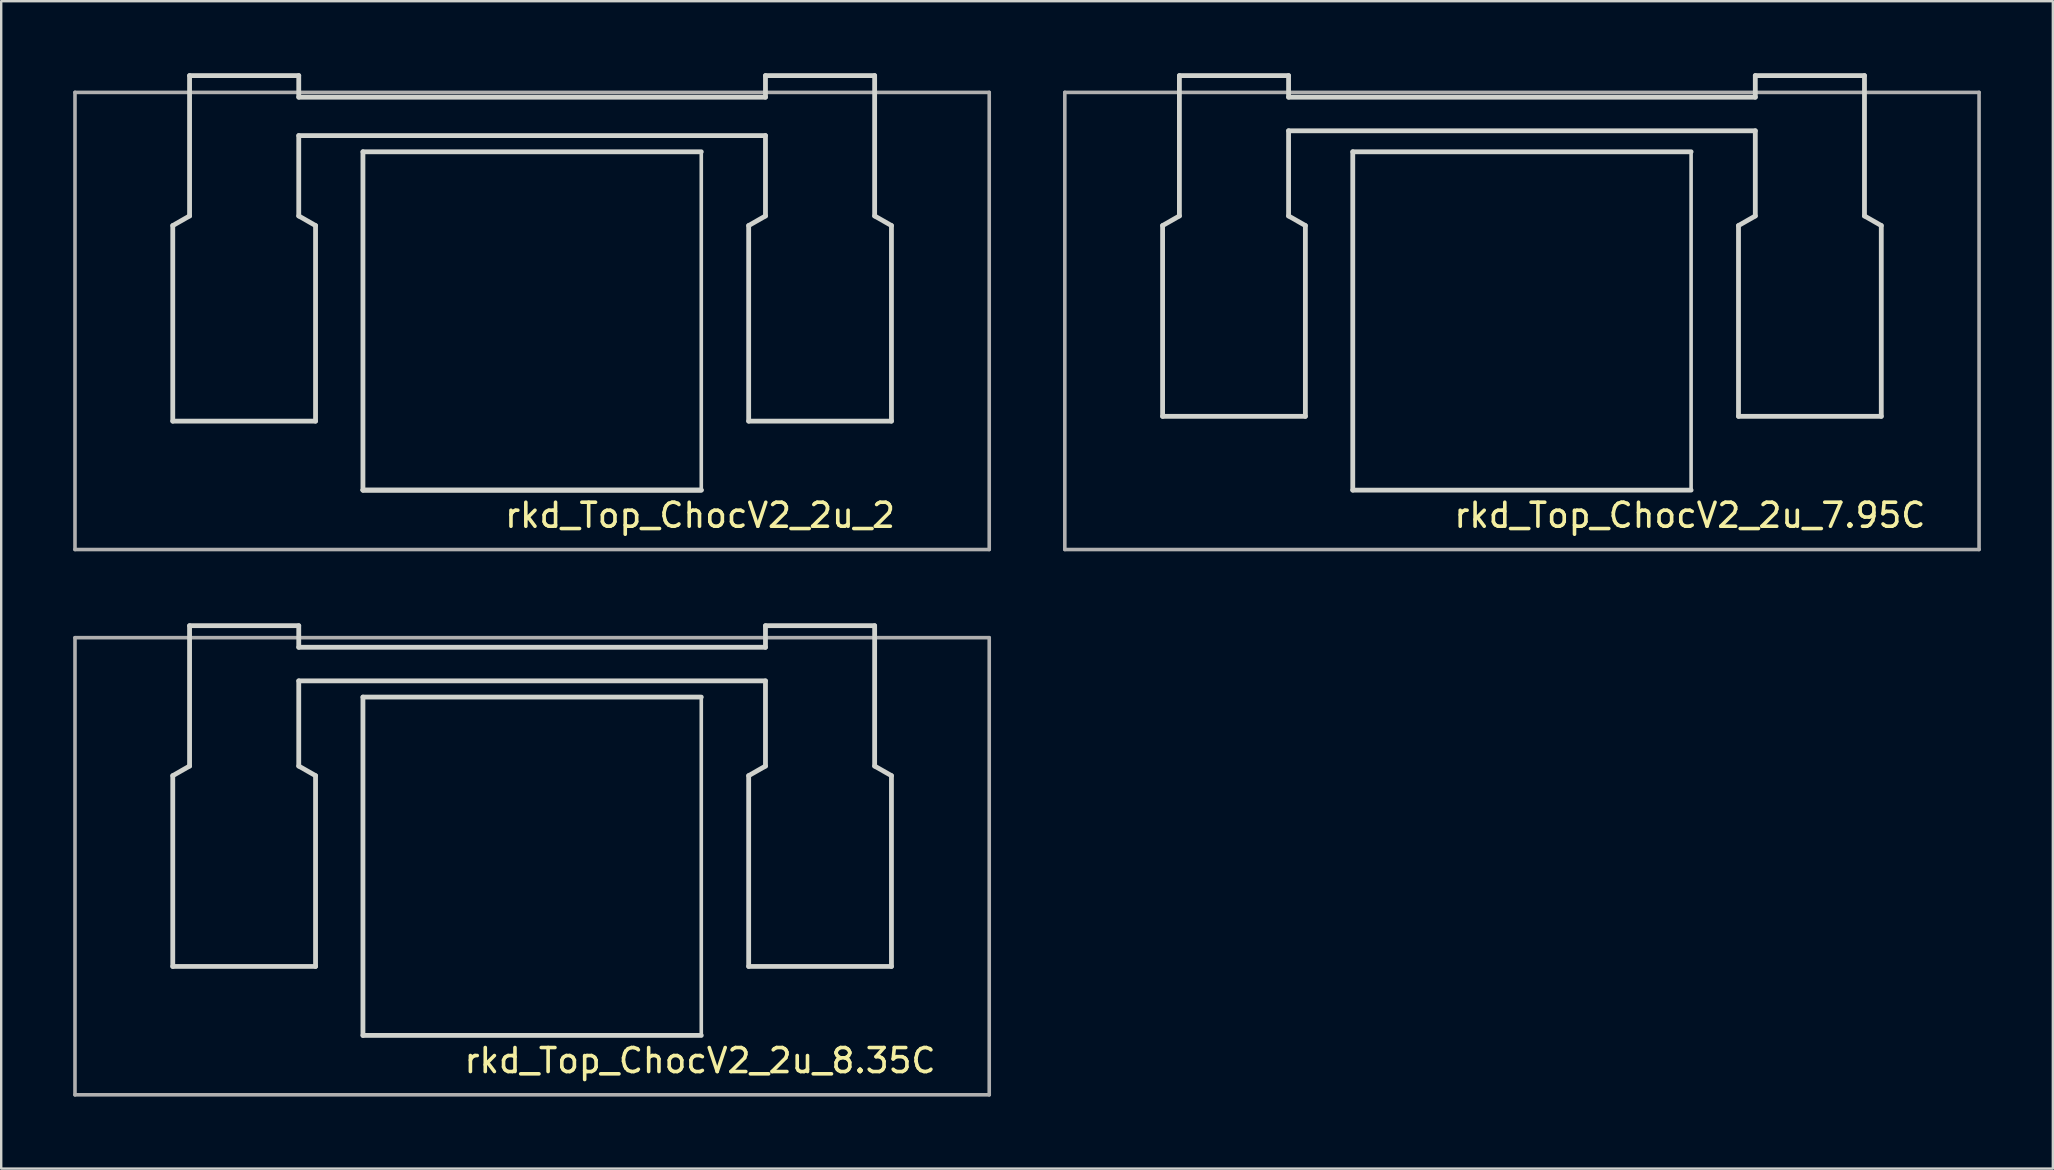
<source format=kicad_pcb>
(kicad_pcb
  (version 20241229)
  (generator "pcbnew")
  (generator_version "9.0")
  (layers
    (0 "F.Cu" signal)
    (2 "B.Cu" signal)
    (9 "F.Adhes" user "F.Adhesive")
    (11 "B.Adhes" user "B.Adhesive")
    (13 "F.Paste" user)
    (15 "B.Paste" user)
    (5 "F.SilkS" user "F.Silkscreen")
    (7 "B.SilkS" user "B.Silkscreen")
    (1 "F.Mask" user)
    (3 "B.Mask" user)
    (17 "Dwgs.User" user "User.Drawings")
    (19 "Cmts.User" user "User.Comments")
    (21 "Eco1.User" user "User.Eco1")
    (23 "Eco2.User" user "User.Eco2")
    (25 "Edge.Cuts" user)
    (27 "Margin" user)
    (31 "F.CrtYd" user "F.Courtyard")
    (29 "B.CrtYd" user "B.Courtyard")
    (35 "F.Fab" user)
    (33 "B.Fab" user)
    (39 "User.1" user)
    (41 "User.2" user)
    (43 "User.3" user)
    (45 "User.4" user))
  (footprint "rkd_Top_ChocV2_2u_7.95C"
    (layer "F.Cu")
    (at 60.375 10.325)
    (property "Reference" "rkd_Top_ChocV2_2u_7.95C" (at 7 8.1 0) (layer "F.SilkS") (effects (font (size 1 1) (thickness 0.15))))
    (attr through_hole)
    (fp_line (start -14.975 -3.975) (end -14.975 3.975) (stroke (width 0.2) (type solid)) (layer "Edge.Cuts"))
    (fp_line (start -14.275 -10.225) (end -9.725 -10.225) (stroke (width 0.2) (type solid)) (layer "Edge.Cuts"))
    (fp_line (start -14.275 -4.375) (end -14.975 -3.975) (stroke (width 0.2) (type default)) (layer "Edge.Cuts"))
    (fp_line (start -14.275 -4.375) (end -14.275 -10.225) (stroke (width 0.2) (type solid)) (layer "Edge.Cuts"))
    (fp_line (start -9.725 -9.325) (end -9.725 -10.225) (stroke (width 0.2) (type solid)) (layer "Edge.Cuts"))
    (fp_line (start -9.725 -9.325) (end 9.725 -9.325) (stroke (width 0.2) (type solid)) (layer "Edge.Cuts"))
    (fp_line (start -9.725 -7.925) (end 9.725 -7.925) (stroke (width 0.2) (type solid)) (layer "Edge.Cuts"))
    (fp_line (start -9.725 -4.375) (end -9.725 -7.925) (stroke (width 0.2) (type solid)) (layer "Edge.Cuts"))
    (fp_line (start -9.725 -4.375) (end -9.025 -3.975) (stroke (width 0.2) (type default)) (layer "Edge.Cuts"))
    (fp_line (start -9.025 -3.975) (end -9.025 3.975) (stroke (width 0.2) (type solid)) (layer "Edge.Cuts"))
    (fp_line (start -9.025 3.975) (end -14.975 3.975) (stroke (width 0.2) (type solid)) (layer "Edge.Cuts"))
    (fp_line (start -7.05 -7.05) (end 7.05 -7.05) (stroke (width 0.2) (type solid)) (layer "Edge.Cuts"))
    (fp_line (start -7.05 7.05) (end -7.05 -7.05) (stroke (width 0.2) (type solid)) (layer "Edge.Cuts"))
    (fp_line (start 7.05 -7.05) (end 7.05 7.05) (stroke (width 0.15) (type solid)) (layer "Edge.Cuts"))
    (fp_line (start 7.05 7.05) (end -7.05 7.05) (stroke (width 0.2) (type solid)) (layer "Edge.Cuts"))
    (fp_line (start 9.025 -3.975) (end 9.025 3.975) (stroke (width 0.2) (type solid)) (layer "Edge.Cuts"))
    (fp_line (start 9.725 -10.225) (end 9.725 -9.325) (stroke (width 0.2) (type solid)) (layer "Edge.Cuts"))
    (fp_line (start 9.725 -10.225) (end 14.275 -10.225) (stroke (width 0.2) (type solid)) (layer "Edge.Cuts"))
    (fp_line (start 9.725 -4.375) (end 9.025 -3.975) (stroke (width 0.2) (type default)) (layer "Edge.Cuts"))
    (fp_line (start 9.725 -4.375) (end 9.725 -7.925) (stroke (width 0.2) (type solid)) (layer "Edge.Cuts"))
    (fp_line (start 14.275 -4.375) (end 14.275 -10.225) (stroke (width 0.2) (type solid)) (layer "Edge.Cuts"))
    (fp_line (start 14.275 -4.375) (end 14.975 -3.975) (stroke (width 0.2) (type default)) (layer "Edge.Cuts"))
    (fp_line (start 14.975 -3.975) (end 14.975 3.975) (stroke (width 0.2) (type solid)) (layer "Edge.Cuts"))
    (fp_line (start 14.975 3.975) (end 9.025 3.975) (stroke (width 0.2) (type solid)) (layer "Edge.Cuts"))
    (fp_line (start -19.05 -9.525) (end -19.05 9.525) (stroke (width 0.15) (type solid)) (layer "F.Fab"))
    (fp_line (start -19.05 9.525) (end 19.05 9.525) (stroke (width 0.15) (type solid)) (layer "F.Fab"))
    (fp_line (start 19.05 -9.525) (end -19.05 -9.525) (stroke (width 0.15) (type solid)) (layer "F.Fab"))
    (fp_line (start 19.05 9.525) (end 19.05 -9.525) (stroke (width 0.15) (type solid)) (layer "F.Fab")))
  (footprint "rkd_Top_ChocV2_2u_8.35C"
    (layer "F.Cu")
    (at 19.125 33.05)
    (property "Reference" "rkd_Top_ChocV2_2u_8.35C" (at 7 8.1 0) (layer "F.SilkS") (effects (font (size 1 1) (thickness 0.15))))
    (attr through_hole)
    (fp_line (start -14.975 -3.775) (end -14.975 4.175) (stroke (width 0.2) (type solid)) (layer "Edge.Cuts"))
    (fp_line (start -14.275 -10.025) (end -9.725 -10.025) (stroke (width 0.2) (type solid)) (layer "Edge.Cuts"))
    (fp_line (start -14.275 -4.175) (end -14.975 -3.775) (stroke (width 0.2) (type default)) (layer "Edge.Cuts"))
    (fp_line (start -14.275 -4.175) (end -14.275 -10.025) (stroke (width 0.2) (type solid)) (layer "Edge.Cuts"))
    (fp_line (start -9.725 -9.125) (end -9.725 -10.025) (stroke (width 0.2) (type solid)) (layer "Edge.Cuts"))
    (fp_line (start -9.725 -9.125) (end 9.725 -9.125) (stroke (width 0.2) (type solid)) (layer "Edge.Cuts"))
    (fp_line (start -9.725 -7.725) (end 9.725 -7.725) (stroke (width 0.2) (type solid)) (layer "Edge.Cuts"))
    (fp_line (start -9.725 -4.175) (end -9.725 -7.725) (stroke (width 0.2) (type solid)) (layer "Edge.Cuts"))
    (fp_line (start -9.725 -4.175) (end -9.025 -3.775) (stroke (width 0.2) (type default)) (layer "Edge.Cuts"))
    (fp_line (start -9.025 -3.775) (end -9.025 4.175) (stroke (width 0.2) (type solid)) (layer "Edge.Cuts"))
    (fp_line (start -9.025 4.175) (end -14.975 4.175) (stroke (width 0.2) (type solid)) (layer "Edge.Cuts"))
    (fp_line (start -7.05 -7.05) (end 7.05 -7.05) (stroke (width 0.2) (type solid)) (layer "Edge.Cuts"))
    (fp_line (start -7.05 7.05) (end -7.05 -7.05) (stroke (width 0.2) (type solid)) (layer "Edge.Cuts"))
    (fp_line (start 7.05 -7.05) (end 7.05 7.05) (stroke (width 0.15) (type solid)) (layer "Edge.Cuts"))
    (fp_line (start 7.05 7.05) (end -7.05 7.05) (stroke (width 0.2) (type solid)) (layer "Edge.Cuts"))
    (fp_line (start 9.025 -3.775) (end 9.025 4.175) (stroke (width 0.2) (type solid)) (layer "Edge.Cuts"))
    (fp_line (start 9.725 -10.025) (end 9.725 -9.125) (stroke (width 0.2) (type solid)) (layer "Edge.Cuts"))
    (fp_line (start 9.725 -10.025) (end 14.275 -10.025) (stroke (width 0.2) (type solid)) (layer "Edge.Cuts"))
    (fp_line (start 9.725 -4.175) (end 9.025 -3.775) (stroke (width 0.2) (type default)) (layer "Edge.Cuts"))
    (fp_line (start 9.725 -4.175) (end 9.725 -7.725) (stroke (width 0.2) (type solid)) (layer "Edge.Cuts"))
    (fp_line (start 14.275 -4.175) (end 14.275 -10.025) (stroke (width 0.2) (type solid)) (layer "Edge.Cuts"))
    (fp_line (start 14.275 -4.175) (end 14.975 -3.775) (stroke (width 0.2) (type default)) (layer "Edge.Cuts"))
    (fp_line (start 14.975 -3.775) (end 14.975 4.175) (stroke (width 0.2) (type solid)) (layer "Edge.Cuts"))
    (fp_line (start 14.975 4.175) (end 9.025 4.175) (stroke (width 0.2) (type solid)) (layer "Edge.Cuts"))
    (fp_line (start -19.05 -9.525) (end -19.05 9.525) (stroke (width 0.15) (type solid)) (layer "F.Fab"))
    (fp_line (start -19.05 9.525) (end 19.05 9.525) (stroke (width 0.15) (type solid)) (layer "F.Fab"))
    (fp_line (start 19.05 -9.525) (end -19.05 -9.525) (stroke (width 0.15) (type solid)) (layer "F.Fab"))
    (fp_line (start 19.05 9.525) (end 19.05 -9.525) (stroke (width 0.15) (type solid)) (layer "F.Fab")))
  (footprint "rkd_Top_ChocV2_2u_2"
    (layer "F.Cu")
    (at 19.125 10.325)
    (property "Reference" "rkd_Top_ChocV2_2u_2" (at 7 8.1 0) (layer "F.SilkS") (effects (font (size 1 1) (thickness 0.15))))
    (attr through_hole)
    (fp_line (start -14.975 -3.975) (end -14.975 4.175) (stroke (width 0.2) (type solid)) (layer "Edge.Cuts"))
    (fp_line (start -14.275 -10.225) (end -9.725 -10.225) (stroke (width 0.2) (type solid)) (layer "Edge.Cuts"))
    (fp_line (start -14.275 -4.375) (end -14.975 -3.975) (stroke (width 0.2) (type default)) (layer "Edge.Cuts"))
    (fp_line (start -14.275 -4.375) (end -14.275 -10.225) (stroke (width 0.2) (type solid)) (layer "Edge.Cuts"))
    (fp_line (start -9.725 -9.325) (end -9.725 -10.225) (stroke (width 0.2) (type solid)) (layer "Edge.Cuts"))
    (fp_line (start -9.725 -9.325) (end 9.725 -9.325) (stroke (width 0.2) (type solid)) (layer "Edge.Cuts"))
    (fp_line (start -9.725 -7.725) (end 9.725 -7.725) (stroke (width 0.2) (type solid)) (layer "Edge.Cuts"))
    (fp_line (start -9.725 -4.375) (end -9.725 -7.725) (stroke (width 0.2) (type solid)) (layer "Edge.Cuts"))
    (fp_line (start -9.725 -4.375) (end -9.025 -3.975) (stroke (width 0.2) (type default)) (layer "Edge.Cuts"))
    (fp_line (start -9.025 -3.975) (end -9.025 4.175) (stroke (width 0.2) (type solid)) (layer "Edge.Cuts"))
    (fp_line (start -9.025 4.175) (end -14.975 4.175) (stroke (width 0.2) (type solid)) (layer "Edge.Cuts"))
    (fp_line (start -7.05 -7.05) (end 7.05 -7.05) (stroke (width 0.2) (type solid)) (layer "Edge.Cuts"))
    (fp_line (start -7.05 7.05) (end -7.05 -7.05) (stroke (width 0.2) (type solid)) (layer "Edge.Cuts"))
    (fp_line (start 7.05 -7.05) (end 7.05 7.05) (stroke (width 0.15) (type solid)) (layer "Edge.Cuts"))
    (fp_line (start 7.05 7.05) (end -7.05 7.05) (stroke (width 0.2) (type solid)) (layer "Edge.Cuts"))
    (fp_line (start 7.05 7.05) (end -7.05 7.05) (stroke (width 0.2) (type solid)) (layer "Edge.Cuts"))
    (fp_line (start 9.025 -3.975) (end 9.025 4.175) (stroke (width 0.2) (type solid)) (layer "Edge.Cuts"))
    (fp_line (start 9.725 -10.225) (end 9.725 -9.325) (stroke (width 0.2) (type solid)) (layer "Edge.Cuts"))
    (fp_line (start 9.725 -10.225) (end 14.275 -10.225) (stroke (width 0.2) (type solid)) (layer "Edge.Cuts"))
    (fp_line (start 9.725 -4.375) (end 9.025 -3.975) (stroke (width 0.2) (type default)) (layer "Edge.Cuts"))
    (fp_line (start 9.725 -4.375) (end 9.725 -7.725) (stroke (width 0.2) (type solid)) (layer "Edge.Cuts"))
    (fp_line (start 14.275 -4.375) (end 14.275 -10.225) (stroke (width 0.2) (type solid)) (layer "Edge.Cuts"))
    (fp_line (start 14.275 -4.375) (end 14.975 -3.975) (stroke (width 0.2) (type default)) (layer "Edge.Cuts"))
    (fp_line (start 14.975 -3.975) (end 14.975 4.175) (stroke (width 0.2) (type solid)) (layer "Edge.Cuts"))
    (fp_line (start 14.975 4.175) (end 9.025 4.175) (stroke (width 0.2) (type solid)) (layer "Edge.Cuts"))
    (fp_line (start -19.05 -9.525) (end -19.05 9.525) (stroke (width 0.15) (type solid)) (layer "F.Fab"))
    (fp_line (start -19.05 9.525) (end 19.05 9.525) (stroke (width 0.15) (type solid)) (layer "F.Fab"))
    (fp_line (start 19.05 -9.525) (end -19.05 -9.525) (stroke (width 0.15) (type solid)) (layer "F.Fab"))
    (fp_line (start 19.05 9.525) (end 19.05 -9.525) (stroke (width 0.15) (type solid)) (layer "F.Fab")))
  (gr_rect
    (start -3 -3)
    (end 82.5 45.65)
    (stroke (width 0.1) (type default))
    (fill no)
    (layer "Edge.Cuts")))
</source>
